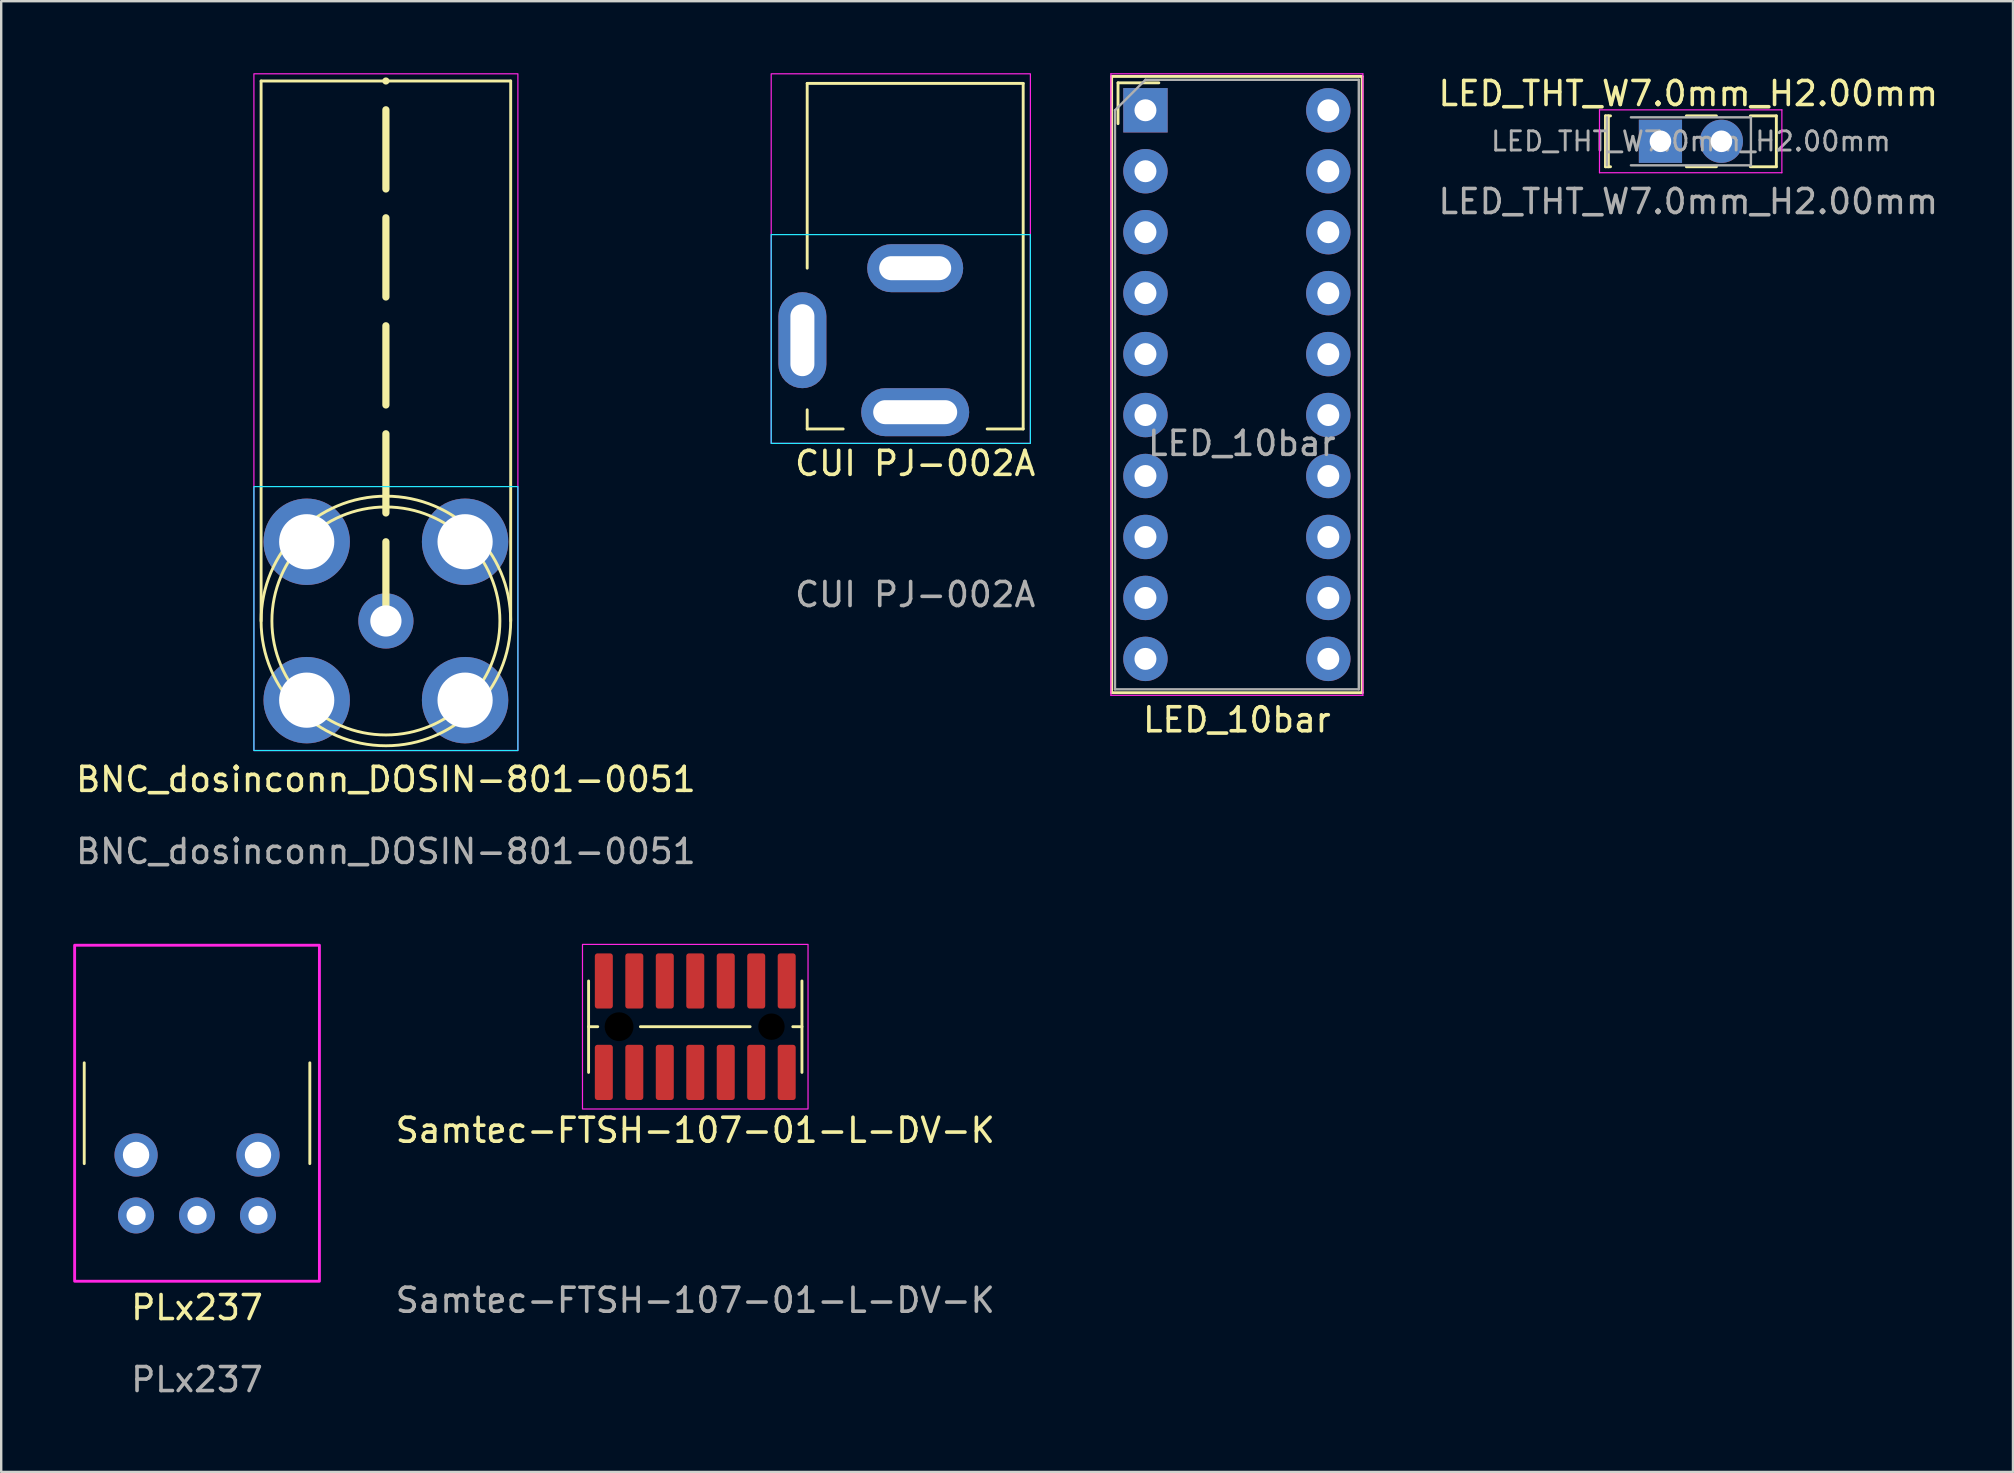
<source format=kicad_pcb>
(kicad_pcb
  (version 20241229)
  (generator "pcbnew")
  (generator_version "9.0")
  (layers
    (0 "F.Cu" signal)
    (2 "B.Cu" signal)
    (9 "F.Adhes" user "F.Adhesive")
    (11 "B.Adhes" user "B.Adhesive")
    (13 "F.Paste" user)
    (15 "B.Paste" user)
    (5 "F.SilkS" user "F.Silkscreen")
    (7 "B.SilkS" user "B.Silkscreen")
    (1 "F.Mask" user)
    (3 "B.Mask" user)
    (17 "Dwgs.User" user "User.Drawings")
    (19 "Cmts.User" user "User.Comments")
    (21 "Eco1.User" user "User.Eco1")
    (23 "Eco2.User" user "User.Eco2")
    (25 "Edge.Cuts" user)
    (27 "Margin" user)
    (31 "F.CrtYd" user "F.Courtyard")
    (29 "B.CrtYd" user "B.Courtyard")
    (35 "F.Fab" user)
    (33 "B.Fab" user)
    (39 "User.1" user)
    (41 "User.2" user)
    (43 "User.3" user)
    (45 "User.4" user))
  (footprint "PLx237"
    (layer "F.Cu")
    (at 5.16 43.337)
    (property "Reference" "PLx237" (at 0 8.1 0) (unlocked yes) (layer "F.SilkS") (effects (font (size 1 1) (thickness 0.15))))
    (attr through_hole)
    (fp_line (start -4.7 -2.1) (end -4.7 2.1) (stroke (width 0.12) (type default)) (layer "F.SilkS"))
    (fp_line (start 4.7 -2.1) (end 4.7 2.1) (stroke (width 0.12) (type default)) (layer "F.SilkS"))
    (fp_rect (start -5.1 -7) (end 5.1 7) (stroke (width 0.12) (type solid)) (fill no) (layer "F.CrtYd"))
    (fp_rect (start -4.85 -6.75) (end 4.85 6.75) (stroke (width 0.12) (type solid)) (fill no) (layer "User.1"))
    (fp_text user "${REFERENCE}" (at 0 11.1 0) (unlocked yes) (layer "F.Fab") (effects (font (size 1 1) (thickness 0.15))))
    (pad "1" thru_hole circle (at 2.54 4.26 180) (size 1.5 1.5) (drill 0.8) (layers "*.Cu" "*.Mask"))
    (pad "2" thru_hole circle (at 0 4.26 180) (size 1.5 1.5) (drill 0.8) (layers "*.Cu" "*.Mask"))
    (pad "3" thru_hole circle (at -2.54 4.26 180) (size 1.5 1.5) (drill 0.8) (layers "*.Cu" "*.Mask"))
    (pad "4" thru_hole circle (at -2.54 1.74) (size 1.8 1.8) (drill 1.1) (layers "*.Cu" "*.Mask"))
    (pad "5" thru_hole circle (at 2.54 1.74) (size 1.8 1.8) (drill 1.1) (layers "*.Cu" "*.Mask")))
  (footprint "CUI PJ-002A"
    (layer "F.Cu")
    (at 35.085 7.625)
    (property "Reference" "CUI PJ-002A" (at 0 8.636 0) (unlocked yes) (layer "F.SilkS") (effects (font (size 1 1) (thickness 0.15))))
    (attr smd)
    (fp_line (start -4.5 -7.2) (end 4.5 -7.2) (stroke (width 0.12) (type default)) (layer "F.SilkS"))
    (fp_line (start -4.5 0.5) (end -4.5 -7.2) (stroke (width 0.12) (type default)) (layer "F.SilkS"))
    (fp_line (start -4.5 7.2) (end -4.5 6.4) (stroke (width 0.12) (type default)) (layer "F.SilkS"))
    (fp_line (start -3 7.2) (end -4.5 7.2) (stroke (width 0.12) (type default)) (layer "F.SilkS"))
    (fp_line (start 4.5 -7.2) (end 4.5 7.2) (stroke (width 0.12) (type default)) (layer "F.SilkS"))
    (fp_line (start 4.5 7.2) (end 3 7.2) (stroke (width 0.12) (type default)) (layer "F.SilkS"))
    (fp_rect (start -6 -0.9) (end 4.8 7.8) (stroke (width 0.05) (type default)) (fill no) (layer "B.CrtYd"))
    (fp_rect (start -6 -7.6) (end 4.8 7.8) (stroke (width 0.05) (type default)) (fill no) (layer "F.CrtYd"))
    (fp_text user "${REFERENCE}" (at 0 14.1 0) (unlocked yes) (layer "F.Fab") (effects (font (size 1 1) (thickness 0.15))))
    (pad "1" thru_hole roundrect (at 0 6.5) (size 4.5 2) (drill oval 3.5 1) (layers "*.Cu" "*.Mask") (roundrect_rratio 0.5))
    (pad "2" thru_hole roundrect (at 0 0.5) (size 4 2) (drill oval 3 1) (layers "*.Cu" "*.Mask") (roundrect_rratio 0.5))
    (pad "3" thru_hole roundrect (at -4.7 3.5) (size 2 4) (drill oval 1 3) (layers "*.Cu" "*.Mask") (roundrect_rratio 0.5)))
  (footprint "BNC_dosinconn_DOSIN-801-0051"
    (layer "F.Cu")
    (at 13.03 22.825)
    (property "Reference" "BNC_dosinconn_DOSIN-801-0051" (at 0 6.604 0) (unlocked yes) (layer "F.SilkS") (effects (font (size 1 1) (thickness 0.15))))
    (attr through_hole)
    (fp_line (start -5.2 -22.5) (end 5.2 -22.5) (stroke (width 0.12) (type default)) (layer "F.SilkS"))
    (fp_line (start -5.2 0) (end -5.2 -22.5) (stroke (width 0.12) (type default)) (layer "F.SilkS"))
    (fp_line (start 0 0) (end 0 -22.5) (stroke (width 0.3) (type dash)) (layer "F.SilkS"))
    (fp_line (start 5.2 -22.5) (end 5.2 0) (stroke (width 0.12) (type default)) (layer "F.SilkS"))
    (fp_circle (center 0 0) (end 4.75 0) (stroke (width 0.12) (type solid)) (fill no) (layer "F.SilkS"))
    (fp_circle (center 0 0) (end 5.2 0) (stroke (width 0.12) (type solid)) (fill no) (layer "F.SilkS"))
    (fp_rect (start -5.5 -5.6) (end 5.5 5.4) (stroke (width 0.05) (type default)) (fill no) (layer "B.CrtYd"))
    (fp_rect (start -5.5 -22.8) (end 5.5 5.4) (stroke (width 0.05) (type default)) (fill no) (layer "F.CrtYd"))
    (fp_text user "${REFERENCE}" (at 0 9.604 0) (unlocked yes) (layer "F.Fab") (effects (font (size 1 1) (thickness 0.15))))
    (pad "1" thru_hole circle (at 0 0) (size 2.3 2.3) (drill 1.3) (layers "*.Cu" "*.Mask"))
    (pad "2" thru_hole circle (at -3.3 -3.3) (size 3.6 3.6) (drill 2.3) (layers "*.Cu" "*.Mask"))
    (pad "2" thru_hole circle (at -3.3 3.3) (size 3.6 3.6) (drill 2.3) (layers "*.Cu" "*.Mask"))
    (pad "2" thru_hole circle (at 3.3 -3.3) (size 3.6 3.6) (drill 2.3) (layers "*.Cu" "*.Mask"))
    (pad "2" thru_hole circle (at 3.3 3.3) (size 3.6 3.6) (drill 2.3) (layers "*.Cu" "*.Mask")))
  (footprint "Samtec-FTSH-107-01-L-DV-K"
    (layer "F.Cu")
    (at 25.921 39.731)
    (property "Reference" "Samtec-FTSH-107-01-L-DV-K" (at 0 4.318 0) (unlocked yes) (layer "F.SilkS") (effects (font (size 1 1) (thickness 0.15))))
    (attr smd)
    (fp_line (start -4.445 -1.905) (end -4.445 1.905) (stroke (width 0.12) (type default)) (layer "F.SilkS"))
    (fp_line (start -4.445 0) (end -4.064 0) (stroke (width 0.12) (type default)) (layer "F.SilkS"))
    (fp_line (start -2.286 0) (end 2.286 0) (stroke (width 0.12) (type default)) (layer "F.SilkS"))
    (fp_line (start 4.445 -1.905) (end 4.445 1.905) (stroke (width 0.12) (type default)) (layer "F.SilkS"))
    (fp_line (start 4.445 0) (end 4.064 0) (stroke (width 0.12) (type default)) (layer "F.SilkS"))
    (fp_rect (start -4.699 -3.429) (end 4.699 3.429) (stroke (width 0.05) (type default)) (fill no) (layer "F.CrtYd"))
    (fp_text user "${REFERENCE}" (at 0 11.4 0) (unlocked yes) (layer "F.Fab") (effects (font (size 1 1) (thickness 0.15))))
    (pad "" np_thru_hole circle (at -3.175 0) (size 1.2 1.2) (drill 1.2) (layers "*.Mask"))
    (pad "" np_thru_hole circle (at 3.175 0) (size 1.1 1.1) (drill 1.1) (layers "*.Mask"))
    (pad "1" smd roundrect (at -3.81 1.905) (size 0.75 2.3) (layers "F.Cu" "F.Mask" "F.Paste") (roundrect_rratio 0.15))
    (pad "2" smd roundrect (at -3.81 -1.905) (size 0.75 2.3) (layers "F.Cu" "F.Mask" "F.Paste") (roundrect_rratio 0.15))
    (pad "3" smd roundrect (at -2.54 1.905) (size 0.75 2.3) (layers "F.Cu" "F.Mask" "F.Paste") (roundrect_rratio 0.15))
    (pad "4" smd roundrect (at -2.54 -1.905) (size 0.75 2.3) (layers "F.Cu" "F.Mask" "F.Paste") (roundrect_rratio 0.15))
    (pad "5" smd roundrect (at -1.27 1.905) (size 0.75 2.3) (layers "F.Cu" "F.Mask" "F.Paste") (roundrect_rratio 0.15))
    (pad "6" smd roundrect (at -1.27 -1.905) (size 0.75 2.3) (layers "F.Cu" "F.Mask" "F.Paste") (roundrect_rratio 0.15))
    (pad "7" smd roundrect (at 0 1.905) (size 0.75 2.3) (layers "F.Cu" "F.Mask" "F.Paste") (roundrect_rratio 0.15))
    (pad "8" smd roundrect (at 0 -1.905) (size 0.75 2.3) (layers "F.Cu" "F.Mask" "F.Paste") (roundrect_rratio 0.15))
    (pad "9" smd roundrect (at 1.27 1.905) (size 0.75 2.3) (layers "F.Cu" "F.Mask" "F.Paste") (roundrect_rratio 0.15))
    (pad "10" smd roundrect (at 1.27 -1.905) (size 0.75 2.3) (layers "F.Cu" "F.Mask" "F.Paste") (roundrect_rratio 0.15))
    (pad "11" smd roundrect (at 2.54 1.905) (size 0.75 2.3) (layers "F.Cu" "F.Mask" "F.Paste") (roundrect_rratio 0.15))
    (pad "12" smd roundrect (at 2.54 -1.905) (size 0.75 2.3) (layers "F.Cu" "F.Mask" "F.Paste") (roundrect_rratio 0.15))
    (pad "13" smd roundrect (at 3.81 1.905) (size 0.75 2.3) (layers "F.Cu" "F.Mask" "F.Paste") (roundrect_rratio 0.15))
    (pad "14" smd roundrect (at 3.81 -1.905) (size 0.75 2.3) (layers "F.Cu" "F.Mask" "F.Paste") (roundrect_rratio 0.15)))
  (footprint "LED_10bar"
    (layer "F.Cu")
    (at 48.49 12.975)
    (property "Reference" "LED_10bar" (at 0 13.97 0) (unlocked yes) (layer "F.SilkS") (effects (font (size 1 1) (thickness 0.15))))
    (attr smd)
    (fp_line (start -5.22 -12.84) (end 5.22 -12.84) (stroke (width 0.12) (type solid)) (layer "F.SilkS"))
    (fp_line (start -5.22 12.84) (end -5.22 -12.84) (stroke (width 0.12) (type solid)) (layer "F.SilkS"))
    (fp_line (start -4.953 -12.573) (end -4.953 -10.873) (stroke (width 0.12) (type solid)) (layer "F.SilkS"))
    (fp_line (start -3.253 -12.573) (end -4.953 -12.573) (stroke (width 0.12) (type solid)) (layer "F.SilkS"))
    (fp_line (start 5.22 -12.84) (end 5.22 12.84) (stroke (width 0.12) (type solid)) (layer "F.SilkS"))
    (fp_line (start 5.22 12.84) (end -5.22 12.84) (stroke (width 0.12) (type solid)) (layer "F.SilkS"))
    (fp_line (start -5.25 -12.95) (end -5.25 12.95) (stroke (width 0.05) (type solid)) (layer "F.CrtYd"))
    (fp_line (start -5.25 -12.95) (end 5.25 -12.95) (stroke (width 0.05) (type solid)) (layer "F.CrtYd"))
    (fp_line (start -5.25 12.95) (end 5.25 12.95) (stroke (width 0.05) (type solid)) (layer "F.CrtYd"))
    (fp_line (start 5.25 12.95) (end 5.25 -12.95) (stroke (width 0.05) (type solid)) (layer "F.CrtYd"))
    (fp_line (start -5.08 -11.43) (end -5.08 12.7) (stroke (width 0.1) (type solid)) (layer "F.Fab"))
    (fp_line (start -5.08 12.7) (end 5.08 12.7) (stroke (width 0.1) (type solid)) (layer "F.Fab"))
    (fp_line (start -3.81 -12.7) (end -5.08 -11.43) (stroke (width 0.1) (type solid)) (layer "F.Fab"))
    (fp_line (start -3.81 -12.7) (end 5.08 -12.7) (stroke (width 0.1) (type solid)) (layer "F.Fab"))
    (fp_line (start 5.08 -12.7) (end 5.08 12.7) (stroke (width 0.1) (type solid)) (layer "F.Fab"))
    (fp_text user "${REFERENCE}" (at 0.205 2.451 0) (unlocked yes) (layer "F.Fab") (effects (font (size 1 1) (thickness 0.15))))
    (pad "1" thru_hole rect (at -3.81 -11.43 270) (size 1.85 1.85) (drill 0.914) (layers "*.Cu" "*.Mask"))
    (pad "2" thru_hole circle (at -3.81 -8.89 270) (size 1.85 1.85) (drill 0.914) (layers "*.Cu" "*.Mask"))
    (pad "3" thru_hole circle (at -3.81 -6.35 270) (size 1.85 1.85) (drill 0.914) (layers "*.Cu" "*.Mask"))
    (pad "4" thru_hole circle (at -3.81 -3.81 270) (size 1.85 1.85) (drill 0.914) (layers "*.Cu" "*.Mask"))
    (pad "5" thru_hole circle (at -3.81 -1.27 270) (size 1.85 1.85) (drill 0.914) (layers "*.Cu" "*.Mask"))
    (pad "6" thru_hole circle (at -3.81 1.27 270) (size 1.85 1.85) (drill 0.914) (layers "*.Cu" "*.Mask"))
    (pad "7" thru_hole circle (at -3.81 3.81 270) (size 1.85 1.85) (drill 0.914) (layers "*.Cu" "*.Mask"))
    (pad "8" thru_hole circle (at -3.81 6.35 270) (size 1.85 1.85) (drill 0.914) (layers "*.Cu" "*.Mask"))
    (pad "9" thru_hole circle (at -3.81 8.89 270) (size 1.85 1.85) (drill 0.914) (layers "*.Cu" "*.Mask"))
    (pad "10" thru_hole circle (at -3.81 11.43 270) (size 1.85 1.85) (drill 0.914) (layers "*.Cu" "*.Mask"))
    (pad "11" thru_hole circle (at 3.81 11.43 270) (size 1.85 1.85) (drill 0.914) (layers "*.Cu" "*.Mask"))
    (pad "12" thru_hole circle (at 3.81 8.89 270) (size 1.85 1.85) (drill 0.914) (layers "*.Cu" "*.Mask"))
    (pad "13" thru_hole circle (at 3.81 6.35 270) (size 1.85 1.85) (drill 0.914) (layers "*.Cu" "*.Mask"))
    (pad "14" thru_hole circle (at 3.81 3.81 270) (size 1.85 1.85) (drill 0.914) (layers "*.Cu" "*.Mask"))
    (pad "15" thru_hole circle (at 3.81 1.27 270) (size 1.85 1.85) (drill 0.914) (layers "*.Cu" "*.Mask"))
    (pad "16" thru_hole circle (at 3.81 -1.27 270) (size 1.85 1.85) (drill 0.914) (layers "*.Cu" "*.Mask"))
    (pad "17" thru_hole circle (at 3.81 -3.81 270) (size 1.85 1.85) (drill 0.914) (layers "*.Cu" "*.Mask"))
    (pad "18" thru_hole circle (at 3.81 -6.35 270) (size 1.85 1.85) (drill 0.914) (layers "*.Cu" "*.Mask"))
    (pad "19" thru_hole circle (at 3.81 -8.89 270) (size 1.85 1.85) (drill 0.914) (layers "*.Cu" "*.Mask"))
    (pad "20" thru_hole circle (at 3.81 -11.43 270) (size 1.85 1.85) (drill 0.914) (layers "*.Cu" "*.Mask")))
  (footprint "LED_THT_W7.0mm_H2.00mm"
    (layer "F.Cu")
    (at 67.299 2.848)
    (property "Reference" "LED_THT_W7.0mm_H2.00mm" (at 0 -2 0) (unlocked yes) (layer "F.SilkS") (effects (font (size 1 1) (thickness 0.15))))
    (attr smd)
    (fp_line (start -3.45 -1.07) (end -3.24 -1.07) (stroke (width 0.12) (type solid)) (layer "F.SilkS"))
    (fp_line (start -3.45 1.05) (end -3.45 -1.07) (stroke (width 0.12) (type solid)) (layer "F.SilkS"))
    (fp_line (start -3.33 -1.07) (end -3.33 1.05) (stroke (width 0.12) (type solid)) (layer "F.SilkS"))
    (fp_line (start -3.24 1.05) (end -3.45 1.05) (stroke (width 0.12) (type solid)) (layer "F.SilkS"))
    (fp_line (start -0.08 -1.07) (end 1.173 -1.07) (stroke (width 0.12) (type solid)) (layer "F.SilkS"))
    (fp_line (start 1.173 1.05) (end -0.08 1.05) (stroke (width 0.12) (type solid)) (layer "F.SilkS"))
    (fp_line (start 2.587 -1.07) (end 3.67 -1.07) (stroke (width 0.12) (type solid)) (layer "F.SilkS"))
    (fp_line (start 3.67 -1.07) (end 3.67 1.05) (stroke (width 0.12) (type solid)) (layer "F.SilkS"))
    (fp_line (start 3.67 1.05) (end 2.587 1.05) (stroke (width 0.12) (type solid)) (layer "F.SilkS"))
    (fp_line (start -3.7 -1.32) (end -3.7 1.3) (stroke (width 0.05) (type solid)) (layer "F.CrtYd"))
    (fp_line (start -3.7 1.3) (end 3.9 1.3) (stroke (width 0.05) (type solid)) (layer "F.CrtYd"))
    (fp_line (start 3.9 -1.32) (end -3.7 -1.32) (stroke (width 0.05) (type solid)) (layer "F.CrtYd"))
    (fp_line (start 3.9 1.3) (end 3.9 -1.32) (stroke (width 0.05) (type solid)) (layer "F.CrtYd"))
    (fp_line (start -3.39 -1.01) (end -3.39 0.99) (stroke (width 0.1) (type solid)) (layer "F.Fab"))
    (fp_line (start -2.39 0.99) (end 2.61 0.99) (stroke (width 0.1) (type solid)) (layer "F.Fab"))
    (fp_line (start 2.61 -1.01) (end -2.39 -1.01) (stroke (width 0.1) (type solid)) (layer "F.Fab"))
    (fp_line (start 2.61 0.99) (end 2.61 -1.01) (stroke (width 0.1) (type solid)) (layer "F.Fab"))
    (fp_text user "${REFERENCE}" (at 0 2.5 0) (unlocked yes) (layer "F.Fab") (effects (font (size 1 1) (thickness 0.15))))
    (fp_text user "${REFERENCE}" (at 0.11 -0.01 0) (layer "F.Fab") (effects (font (size 0.8 0.8) (thickness 0.12))))
    (pad "1" thru_hole rect (at -1.16 -0.01) (size 1.8 1.8) (drill 0.9) (layers "*.Cu" "*.Mask"))
    (pad "2" thru_hole circle (at 1.38 -0.01) (size 1.8 1.8) (drill 0.9) (layers "*.Cu" "*.Mask")))
  (gr_rect
    (start -3 -3)
    (end 80.829 58.285)
    (stroke (width 0.1) (type default))
    (fill no)
    (layer "Edge.Cuts")))
</source>
